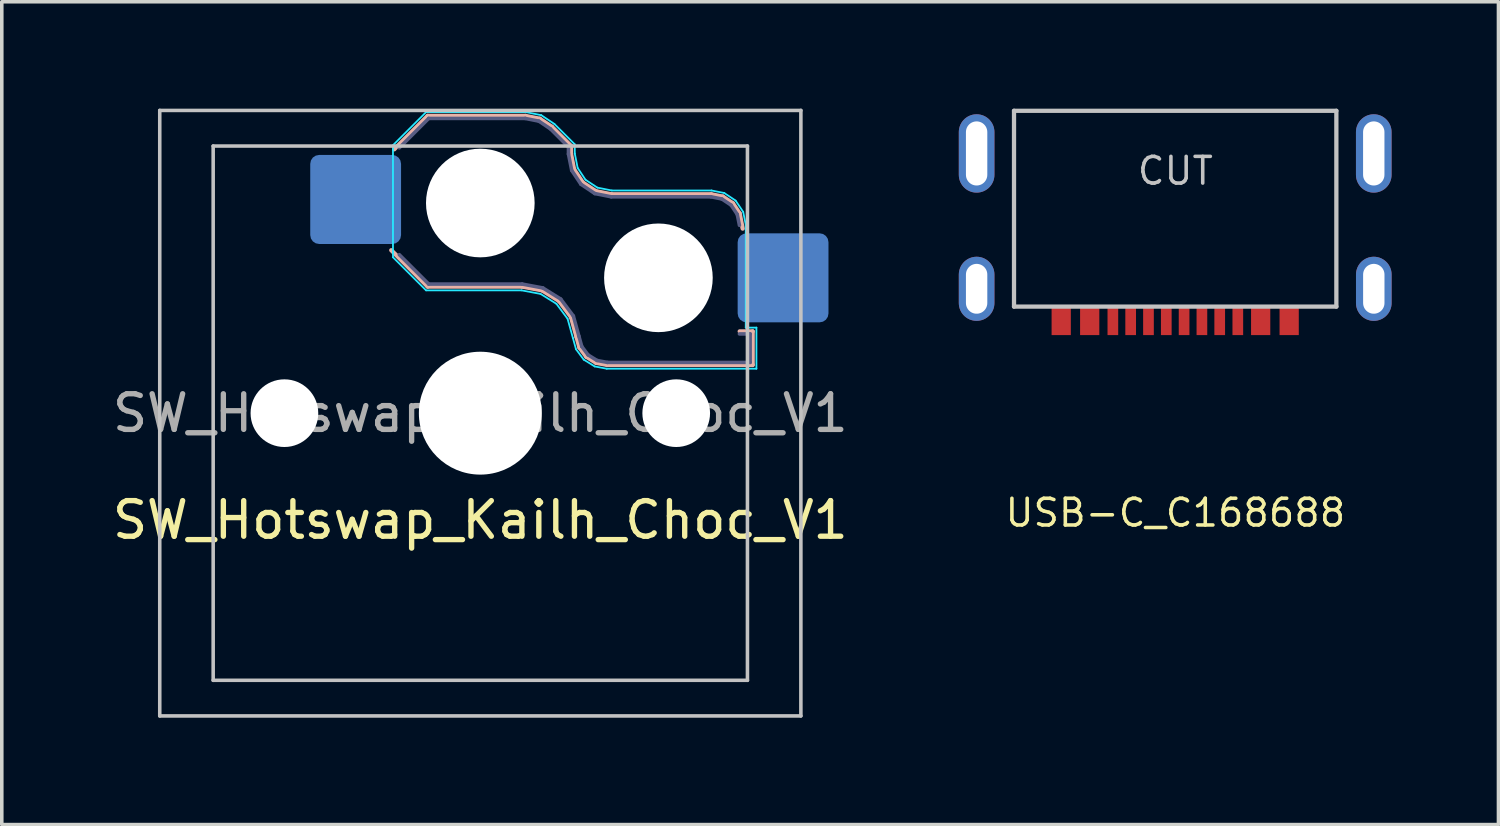
<source format=kicad_pcb>
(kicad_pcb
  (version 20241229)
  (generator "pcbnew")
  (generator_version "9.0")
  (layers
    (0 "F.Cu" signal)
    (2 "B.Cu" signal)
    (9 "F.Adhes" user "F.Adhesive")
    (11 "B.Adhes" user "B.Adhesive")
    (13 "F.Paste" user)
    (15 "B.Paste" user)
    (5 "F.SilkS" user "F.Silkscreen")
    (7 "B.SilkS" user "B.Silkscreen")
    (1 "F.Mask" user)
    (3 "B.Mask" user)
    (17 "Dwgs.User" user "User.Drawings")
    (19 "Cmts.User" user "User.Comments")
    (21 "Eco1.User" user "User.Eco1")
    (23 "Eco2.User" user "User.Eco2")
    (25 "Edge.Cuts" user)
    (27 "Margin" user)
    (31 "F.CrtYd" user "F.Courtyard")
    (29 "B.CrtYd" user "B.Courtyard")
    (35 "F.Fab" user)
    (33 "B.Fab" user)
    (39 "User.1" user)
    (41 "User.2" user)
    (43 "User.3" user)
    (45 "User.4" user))
  (footprint "SW_Hotswap_Kailh_Choc_V1"
    (layer "F.Cu")
    (at 10.435 8.55)
    (property "Reference" "SW_Hotswap_Kailh_Choc_V1" (at 0 3 0) (layer "F.SilkS") (effects (font (size 1 1) (thickness 0.15))))
    (attr smd)
    (fp_line (start -2.416 -7.409) (end -1.479 -8.346) (stroke (width 0.12) (type solid)) (layer "B.SilkS"))
    (fp_line (start -1.479 -8.346) (end 1.268 -8.346) (stroke (width 0.12) (type solid)) (layer "B.SilkS"))
    (fp_line (start -1.479 -3.554) (end -2.5 -4.575) (stroke (width 0.12) (type solid)) (layer "B.SilkS"))
    (fp_line (start 1.168 -3.554) (end -1.479 -3.554) (stroke (width 0.12) (type solid)) (layer "B.SilkS"))
    (fp_line (start 1.268 -8.346) (end 1.671 -8.266) (stroke (width 0.12) (type solid)) (layer "B.SilkS"))
    (fp_line (start 1.671 -8.266) (end 2.013 -8.037) (stroke (width 0.12) (type solid)) (layer "B.SilkS"))
    (fp_line (start 1.73 -3.449) (end 1.168 -3.554) (stroke (width 0.12) (type solid)) (layer "B.SilkS"))
    (fp_line (start 2.013 -8.037) (end 2.546 -7.504) (stroke (width 0.12) (type solid)) (layer "B.SilkS"))
    (fp_line (start 2.209 -3.15) (end 1.73 -3.449) (stroke (width 0.12) (type solid)) (layer "B.SilkS"))
    (fp_line (start 2.546 -7.504) (end 2.546 -7.282) (stroke (width 0.12) (type solid)) (layer "B.SilkS"))
    (fp_line (start 2.546 -7.282) (end 2.633 -6.844) (stroke (width 0.12) (type solid)) (layer "B.SilkS"))
    (fp_line (start 2.547 -2.697) (end 2.209 -3.15) (stroke (width 0.12) (type solid)) (layer "B.SilkS"))
    (fp_line (start 2.633 -6.844) (end 2.877 -6.477) (stroke (width 0.12) (type solid)) (layer "B.SilkS"))
    (fp_line (start 2.701 -2.139) (end 2.547 -2.697) (stroke (width 0.12) (type solid)) (layer "B.SilkS"))
    (fp_line (start 2.783 -1.841) (end 2.701 -2.139) (stroke (width 0.12) (type solid)) (layer "B.SilkS"))
    (fp_line (start 2.877 -6.477) (end 3.244 -6.233) (stroke (width 0.12) (type solid)) (layer "B.SilkS"))
    (fp_line (start 2.976 -1.583) (end 2.783 -1.841) (stroke (width 0.12) (type solid)) (layer "B.SilkS"))
    (fp_line (start 3.244 -6.233) (end 3.682 -6.146) (stroke (width 0.12) (type solid)) (layer "B.SilkS"))
    (fp_line (start 3.25 -1.413) (end 2.976 -1.583) (stroke (width 0.12) (type solid)) (layer "B.SilkS"))
    (fp_line (start 3.56 -1.354) (end 3.25 -1.413) (stroke (width 0.12) (type solid)) (layer "B.SilkS"))
    (fp_line (start 3.682 -6.146) (end 6.482 -6.146) (stroke (width 0.12) (type solid)) (layer "B.SilkS"))
    (fp_line (start 6.482 -6.146) (end 6.809 -6.081) (stroke (width 0.12) (type solid)) (layer "B.SilkS"))
    (fp_line (start 6.809 -6.081) (end 7.092 -5.892) (stroke (width 0.12) (type solid)) (layer "B.SilkS"))
    (fp_line (start 7.092 -5.892) (end 7.281 -5.609) (stroke (width 0.12) (type solid)) (layer "B.SilkS"))
    (fp_line (start 7.281 -5.609) (end 7.366 -5.182) (stroke (width 0.12) (type solid)) (layer "B.SilkS"))
    (fp_line (start 7.283 -2.296) (end 7.646 -2.296) (stroke (width 0.12) (type solid)) (layer "B.SilkS"))
    (fp_line (start 7.646 -2.296) (end 7.646 -1.354) (stroke (width 0.12) (type solid)) (layer "B.SilkS"))
    (fp_line (start 7.646 -1.354) (end 3.56 -1.354) (stroke (width 0.12) (type solid)) (layer "B.SilkS"))
    (fp_line (start -9 -8.5) (end -9 8.5) (stroke (width 0.1) (type default)) (layer "Dwgs.User"))
    (fp_line (start -9 8.5) (end 9 8.5) (stroke (width 0.1) (type default)) (layer "Dwgs.User"))
    (fp_line (start -7.5 -7.5) (end -7.5 7.5) (stroke (width 0.1) (type default)) (layer "Dwgs.User"))
    (fp_line (start -7.5 7.5) (end 7.5 7.5) (stroke (width 0.1) (type default)) (layer "Dwgs.User"))
    (fp_line (start 7.5 -7.5) (end -7.5 -7.5) (stroke (width 0.1) (type default)) (layer "Dwgs.User"))
    (fp_line (start 7.5 7.5) (end 7.5 -7.5) (stroke (width 0.1) (type default)) (layer "Dwgs.User"))
    (fp_line (start 9 -8.5) (end -9 -8.5) (stroke (width 0.1) (type default)) (layer "Dwgs.User"))
    (fp_line (start 9 8.5) (end 9 -8.5) (stroke (width 0.1) (type default)) (layer "Dwgs.User"))
    (fp_line (start -7.25 -7.25) (end -7.25 7.25) (stroke (width 0.1) (type solid)) (layer "Eco1.User"))
    (fp_line (start -7.25 7.25) (end 7.25 7.25) (stroke (width 0.1) (type solid)) (layer "Eco1.User"))
    (fp_line (start 7.25 -7.25) (end -7.25 -7.25) (stroke (width 0.1) (type solid)) (layer "Eco1.User"))
    (fp_line (start 7.25 7.25) (end 7.25 -7.25) (stroke (width 0.1) (type solid)) (layer "Eco1.User"))
    (fp_line (start -2.452 -7.523) (end -1.523 -8.452) (stroke (width 0.05) (type solid)) (layer "B.CrtYd"))
    (fp_line (start -2.452 -4.377) (end -2.452 -7.523) (stroke (width 0.05) (type solid)) (layer "B.CrtYd"))
    (fp_line (start -1.523 -8.452) (end 1.278 -8.452) (stroke (width 0.05) (type solid)) (layer "B.CrtYd"))
    (fp_line (start -1.523 -3.448) (end -2.452 -4.377) (stroke (width 0.05) (type solid)) (layer "B.CrtYd"))
    (fp_line (start 1.159 -3.448) (end -1.523 -3.448) (stroke (width 0.05) (type solid)) (layer "B.CrtYd"))
    (fp_line (start 1.278 -8.452) (end 1.712 -8.366) (stroke (width 0.05) (type solid)) (layer "B.CrtYd"))
    (fp_line (start 1.691 -3.348) (end 1.159 -3.448) (stroke (width 0.05) (type solid)) (layer "B.CrtYd"))
    (fp_line (start 1.712 -8.366) (end 2.081 -8.119) (stroke (width 0.05) (type solid)) (layer "B.CrtYd"))
    (fp_line (start 2.081 -8.119) (end 2.652 -7.548) (stroke (width 0.05) (type solid)) (layer "B.CrtYd"))
    (fp_line (start 2.136 -3.071) (end 1.691 -3.348) (stroke (width 0.05) (type solid)) (layer "B.CrtYd"))
    (fp_line (start 2.45 -2.65) (end 2.136 -3.071) (stroke (width 0.05) (type solid)) (layer "B.CrtYd"))
    (fp_line (start 2.599 -2.111) (end 2.45 -2.65) (stroke (width 0.05) (type solid)) (layer "B.CrtYd"))
    (fp_line (start 2.652 -7.548) (end 2.652 -7.292) (stroke (width 0.05) (type solid)) (layer "B.CrtYd"))
    (fp_line (start 2.652 -7.292) (end 2.733 -6.885) (stroke (width 0.05) (type solid)) (layer "B.CrtYd"))
    (fp_line (start 2.687 -1.794) (end 2.599 -2.111) (stroke (width 0.05) (type solid)) (layer "B.CrtYd"))
    (fp_line (start 2.733 -6.885) (end 2.953 -6.553) (stroke (width 0.05) (type solid)) (layer "B.CrtYd"))
    (fp_line (start 2.903 -1.503) (end 2.687 -1.794) (stroke (width 0.05) (type solid)) (layer "B.CrtYd"))
    (fp_line (start 2.953 -6.553) (end 3.285 -6.333) (stroke (width 0.05) (type solid)) (layer "B.CrtYd"))
    (fp_line (start 3.211 -1.312) (end 2.903 -1.503) (stroke (width 0.05) (type solid)) (layer "B.CrtYd"))
    (fp_line (start 3.285 -6.333) (end 3.692 -6.252) (stroke (width 0.05) (type solid)) (layer "B.CrtYd"))
    (fp_line (start 3.55 -1.248) (end 3.211 -1.312) (stroke (width 0.05) (type solid)) (layer "B.CrtYd"))
    (fp_line (start 3.692 -6.252) (end 6.492 -6.252) (stroke (width 0.05) (type solid)) (layer "B.CrtYd"))
    (fp_line (start 6.492 -6.252) (end 6.85 -6.181) (stroke (width 0.05) (type solid)) (layer "B.CrtYd"))
    (fp_line (start 6.85 -6.181) (end 7.168 -5.968) (stroke (width 0.05) (type solid)) (layer "B.CrtYd"))
    (fp_line (start 7.168 -5.968) (end 7.381 -5.65) (stroke (width 0.05) (type solid)) (layer "B.CrtYd"))
    (fp_line (start 7.381 -5.65) (end 7.452 -5.292) (stroke (width 0.05) (type solid)) (layer "B.CrtYd"))
    (fp_line (start 7.452 -5.292) (end 7.452 -2.402) (stroke (width 0.05) (type solid)) (layer "B.CrtYd"))
    (fp_line (start 7.452 -2.402) (end 7.752 -2.402) (stroke (width 0.05) (type solid)) (layer "B.CrtYd"))
    (fp_line (start 7.752 -2.402) (end 7.752 -1.248) (stroke (width 0.05) (type solid)) (layer "B.CrtYd"))
    (fp_line (start 7.752 -1.248) (end 3.55 -1.248) (stroke (width 0.05) (type solid)) (layer "B.CrtYd"))
    (fp_line (start -2.275 -7.45) (end -1.45 -8.275) (stroke (width 0.1) (type solid)) (layer "B.Fab"))
    (fp_line (start -1.45 -8.275) (end 1.261 -8.275) (stroke (width 0.1) (type solid)) (layer "B.Fab"))
    (fp_line (start -1.45 -3.625) (end -2.275 -4.45) (stroke (width 0.1) (type solid)) (layer "B.Fab"))
    (fp_line (start 1.175 -3.625) (end -1.45 -3.625) (stroke (width 0.1) (type solid)) (layer "B.Fab"))
    (fp_line (start 1.261 -8.275) (end 1.643 -8.199) (stroke (width 0.1) (type solid)) (layer "B.Fab"))
    (fp_line (start 1.643 -8.199) (end 1.968 -7.982) (stroke (width 0.1) (type solid)) (layer "B.Fab"))
    (fp_line (start 1.756 -3.516) (end 1.175 -3.625) (stroke (width 0.1) (type solid)) (layer "B.Fab"))
    (fp_line (start 1.968 -7.982) (end 2.475 -7.475) (stroke (width 0.1) (type solid)) (layer "B.Fab"))
    (fp_line (start 2.258 -3.203) (end 1.756 -3.516) (stroke (width 0.1) (type solid)) (layer "B.Fab"))
    (fp_line (start 2.475 -7.475) (end 2.475 -7.275) (stroke (width 0.1) (type solid)) (layer "B.Fab"))
    (fp_line (start 2.475 -7.275) (end 2.566 -6.816) (stroke (width 0.1) (type solid)) (layer "B.Fab"))
    (fp_line (start 2.566 -6.816) (end 2.826 -6.426) (stroke (width 0.1) (type solid)) (layer "B.Fab"))
    (fp_line (start 2.612 -2.729) (end 2.258 -3.203) (stroke (width 0.1) (type solid)) (layer "B.Fab"))
    (fp_line (start 2.769 -2.158) (end 2.612 -2.729) (stroke (width 0.1) (type solid)) (layer "B.Fab"))
    (fp_line (start 2.826 -6.426) (end 3.216 -6.166) (stroke (width 0.1) (type solid)) (layer "B.Fab"))
    (fp_line (start 2.848 -1.873) (end 2.769 -2.158) (stroke (width 0.1) (type solid)) (layer "B.Fab"))
    (fp_line (start 3.025 -1.636) (end 2.848 -1.873) (stroke (width 0.1) (type solid)) (layer "B.Fab"))
    (fp_line (start 3.216 -6.166) (end 3.675 -6.075) (stroke (width 0.1) (type solid)) (layer "B.Fab"))
    (fp_line (start 3.276 -1.48) (end 3.025 -1.636) (stroke (width 0.1) (type solid)) (layer "B.Fab"))
    (fp_line (start 3.567 -1.425) (end 3.276 -1.48) (stroke (width 0.1) (type solid)) (layer "B.Fab"))
    (fp_line (start 3.675 -6.075) (end 6.475 -6.075) (stroke (width 0.1) (type solid)) (layer "B.Fab"))
    (fp_line (start 6.475 -6.075) (end 6.781 -6.014) (stroke (width 0.1) (type solid)) (layer "B.Fab"))
    (fp_line (start 6.781 -6.014) (end 7.041 -5.841) (stroke (width 0.1) (type solid)) (layer "B.Fab"))
    (fp_line (start 7.041 -5.841) (end 7.214 -5.581) (stroke (width 0.1) (type solid)) (layer "B.Fab"))
    (fp_line (start 7.214 -5.581) (end 7.275 -5.275) (stroke (width 0.1) (type solid)) (layer "B.Fab"))
    (fp_line (start 7.275 -2.225) (end 7.575 -2.225) (stroke (width 0.1) (type solid)) (layer "B.Fab"))
    (fp_line (start 7.575 -2.225) (end 7.575 -1.425) (stroke (width 0.1) (type solid)) (layer "B.Fab"))
    (fp_line (start 7.575 -1.425) (end 3.567 -1.425) (stroke (width 0.1) (type solid)) (layer "B.Fab"))
    (fp_text user "${REFERENCE}" (at 0 0 0) (layer "F.Fab") (effects (font (size 1 1) (thickness 0.15))))
    (pad "" np_thru_hole circle (at -5.5 0) (size 1.9 1.9) (drill 1.9) (layers "*.Cu" "*.Mask"))
    (pad "" np_thru_hole circle (at 0 -5.9) (size 3.05 3.05) (drill 3.05) (layers "*.Cu" "*.Mask"))
    (pad "" np_thru_hole circle (at 0 0) (size 3.45 3.45) (drill 3.45) (layers "*.Cu" "*.Mask"))
    (pad "" np_thru_hole circle (at 5 -3.8) (size 3.05 3.05) (drill 3.05) (layers "*.Cu" "*.Mask"))
    (pad "" np_thru_hole circle (at 5.5 0) (size 1.9 1.9) (drill 1.9) (layers "*.Cu" "*.Mask"))
    (pad "1" smd roundrect (at -3.5 -6) (size 2.55 2.5) (layers "B.Cu" "B.Mask" "B.Paste") (roundrect_rratio 0.1))
    (pad "2" smd roundrect (at 8.5 -3.8) (size 2.55 2.5) (layers "B.Cu" "B.Mask" "B.Paste") (roundrect_rratio 0.1)))
  (footprint "USB-C_C168688"
    (layer "F.Cu")
    (at 29.949 5.558)
    (property "Reference" "USB-C_C168688" (at 0 5.789 0) (layer "F.SilkS") (effects (font (size 0.75 0.75) (thickness 0.1))))
    (attr through_hole)
    (fp_line (start -4.53 -5.497) (end -4.53 0) (stroke (width 0.12) (type solid)) (layer "Dwgs.User"))
    (fp_line (start -4.53 -5.497) (end 4.52 -5.497) (stroke (width 0.12) (type solid)) (layer "Dwgs.User"))
    (fp_line (start -4.53 0) (end 4.52 0) (stroke (width 0.12) (type solid)) (layer "Dwgs.User"))
    (fp_line (start 4.52 -5.497) (end 4.52 0) (stroke (width 0.12) (type solid)) (layer "Dwgs.User"))
    (fp_text user "CUT" (at 0 -3.81 0) (layer "Dwgs.User") (effects (font (size 0.75 0.75) (thickness 0.1))))
    (pad "A1" smd rect (at -3.205 0.4) (size 0.54 0.8) (layers "F.Cu" "F.Mask" "F.Paste"))
    (pad "A1" smd rect (at 3.195 0.4) (size 0.54 0.8) (layers "F.Cu" "F.Mask" "F.Paste"))
    (pad "A4" smd rect (at -2.405 0.4) (size 0.54 0.8) (layers "F.Cu" "F.Mask" "F.Paste"))
    (pad "A4" smd rect (at 2.395 0.4) (size 0.54 0.8) (layers "F.Cu" "F.Mask" "F.Paste"))
    (pad "A5" smd rect (at 1.245 0.4) (size 0.3 0.8) (layers "F.Cu" "F.Mask" "F.Paste"))
    (pad "A6" smd rect (at 0.245 0.4) (size 0.3 0.8) (layers "F.Cu" "F.Mask" "F.Paste"))
    (pad "A7" smd rect (at -0.255 0.4) (size 0.3 0.8) (layers "F.Cu" "F.Mask" "F.Paste"))
    (pad "A8" smd rect (at -1.255 0.4) (size 0.3 0.8) (layers "F.Cu" "F.Mask" "F.Paste"))
    (pad "B5" smd rect (at -1.755 0.4) (size 0.3 0.8) (layers "F.Cu" "F.Mask" "F.Paste"))
    (pad "B6" smd rect (at -0.755 0.4) (size 0.3 0.8) (layers "F.Cu" "F.Mask" "F.Paste"))
    (pad "B7" smd rect (at 0.745 0.4) (size 0.3 0.8) (layers "F.Cu" "F.Mask" "F.Paste"))
    (pad "B8" smd rect (at 1.753 0.4) (size 0.3 0.8) (layers "F.Cu" "F.Mask" "F.Paste"))
    (pad "S1" thru_hole oval (at -5.58 -4.3) (size 1 2.2) (drill oval 0.6 1.8) (layers "*.Cu" "*.Mask" "F.Paste"))
    (pad "S1" thru_hole oval (at -5.58 -0.5) (size 1 1.8) (drill oval 0.6 1.4) (layers "*.Cu" "*.Mask" "F.Paste"))
    (pad "S1" thru_hole oval (at 5.57 -4.3) (size 1 2.2) (drill oval 0.6 1.8) (layers "*.Cu" "*.Mask" "F.Paste"))
    (pad "S1" thru_hole oval (at 5.571 -0.5) (size 1 1.8) (drill oval 0.6 1.4) (layers "*.Cu" "*.Mask" "F.Paste")))
  (gr_rect
    (start -3 -3)
    (end 39.02 20.1)
    (stroke (width 0.1) (type default))
    (fill no)
    (layer "Edge.Cuts")))
</source>
